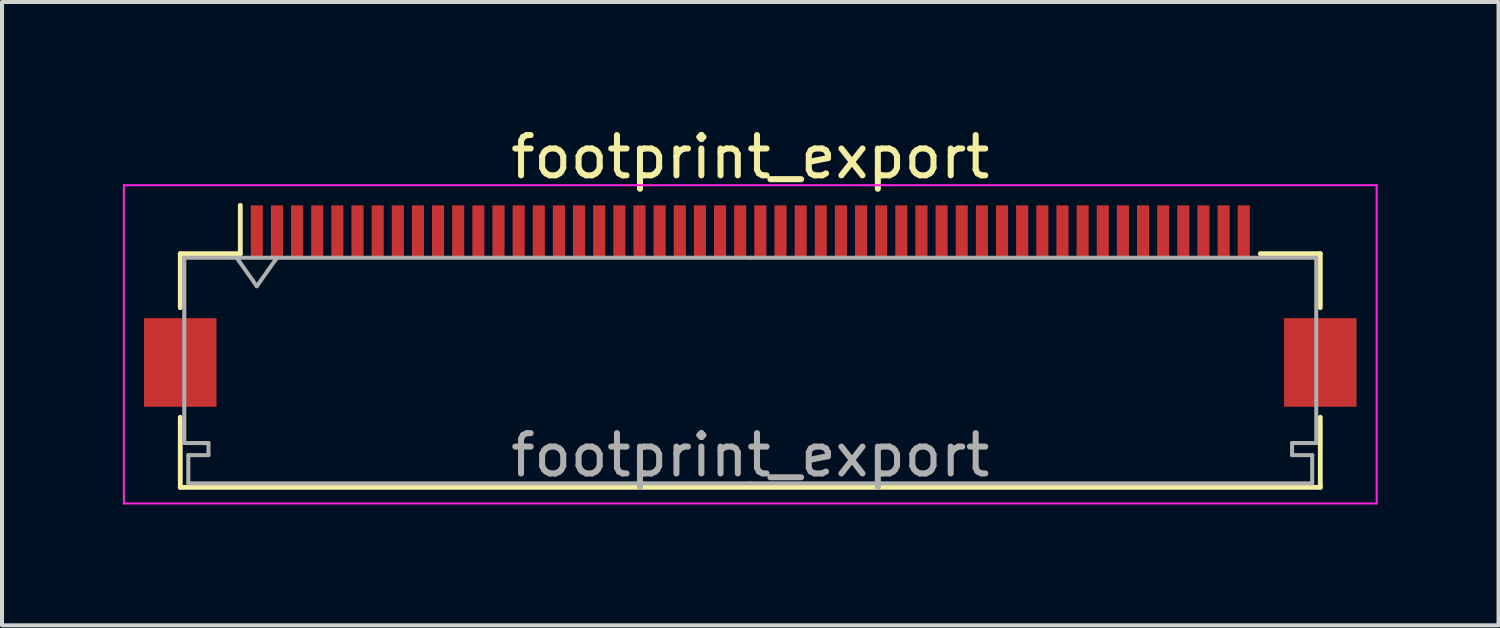
<source format=kicad_pcb>
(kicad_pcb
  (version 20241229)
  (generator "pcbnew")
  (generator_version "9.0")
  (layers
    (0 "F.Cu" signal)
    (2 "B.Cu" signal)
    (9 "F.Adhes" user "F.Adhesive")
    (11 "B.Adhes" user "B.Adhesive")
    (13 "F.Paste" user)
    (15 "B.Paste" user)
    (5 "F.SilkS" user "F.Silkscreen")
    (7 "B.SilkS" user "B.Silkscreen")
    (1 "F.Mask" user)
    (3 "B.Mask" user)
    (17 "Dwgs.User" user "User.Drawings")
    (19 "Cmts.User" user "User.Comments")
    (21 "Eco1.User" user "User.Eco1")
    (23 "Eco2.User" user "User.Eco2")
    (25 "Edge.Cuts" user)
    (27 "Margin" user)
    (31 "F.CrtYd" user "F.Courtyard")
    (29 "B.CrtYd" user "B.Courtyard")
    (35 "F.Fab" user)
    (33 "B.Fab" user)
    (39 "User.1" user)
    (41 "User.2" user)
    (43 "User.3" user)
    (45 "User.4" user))
  (footprint "footprint_export"
    (layer "F.Cu")
    (at 15.575 4.548)
    (property "Reference" "footprint_export" (at 0 -3.7 0) (layer "F.SilkS") (effects (font (size 1 1) (thickness 0.15))))
    (attr smd)
    (fp_line (start -14.15 -1.3) (end -14.15 0.04) (stroke (width 0.12) (type solid)) (layer "F.SilkS"))
    (fp_line (start -14.15 2.76) (end -14.15 4.5) (stroke (width 0.12) (type solid)) (layer "F.SilkS"))
    (fp_line (start -14.15 4.5) (end 14.15 4.5) (stroke (width 0.12) (type solid)) (layer "F.SilkS"))
    (fp_line (start -12.66 -1.3) (end -14.15 -1.3) (stroke (width 0.12) (type solid)) (layer "F.SilkS"))
    (fp_line (start -12.66 -1.3) (end -12.66 -2.5) (stroke (width 0.12) (type solid)) (layer "F.SilkS"))
    (fp_line (start 12.66 -1.3) (end 14.15 -1.3) (stroke (width 0.12) (type solid)) (layer "F.SilkS"))
    (fp_line (start 14.15 -1.3) (end 14.15 0.04) (stroke (width 0.12) (type solid)) (layer "F.SilkS"))
    (fp_line (start 14.15 4.5) (end 14.15 2.76) (stroke (width 0.12) (type solid)) (layer "F.SilkS"))
    (fp_line (start -15.55 -3) (end -15.55 4.9) (stroke (width 0.05) (type solid)) (layer "F.CrtYd"))
    (fp_line (start -15.55 4.9) (end 15.55 4.9) (stroke (width 0.05) (type solid)) (layer "F.CrtYd"))
    (fp_line (start 15.55 -3) (end -15.55 -3) (stroke (width 0.05) (type solid)) (layer "F.CrtYd"))
    (fp_line (start 15.55 4.9) (end 15.55 -3) (stroke (width 0.05) (type solid)) (layer "F.CrtYd"))
    (fp_line (start -14.05 -1.2) (end -14.05 3.4) (stroke (width 0.1) (type solid)) (layer "F.Fab"))
    (fp_line (start -14.05 3.4) (end -13.45 3.4) (stroke (width 0.1) (type solid)) (layer "F.Fab"))
    (fp_line (start -13.95 3.7) (end -13.95 4.4) (stroke (width 0.1) (type solid)) (layer "F.Fab"))
    (fp_line (start -13.95 4.4) (end 0 4.4) (stroke (width 0.1) (type solid)) (layer "F.Fab"))
    (fp_line (start -13.45 3.4) (end -13.45 3.7) (stroke (width 0.1) (type solid)) (layer "F.Fab"))
    (fp_line (start -13.45 3.7) (end -13.95 3.7) (stroke (width 0.1) (type solid)) (layer "F.Fab"))
    (fp_line (start -12.75 -1.2) (end -12.25 -0.493) (stroke (width 0.1) (type solid)) (layer "F.Fab"))
    (fp_line (start -12.25 -0.493) (end -11.75 -1.2) (stroke (width 0.1) (type solid)) (layer "F.Fab"))
    (fp_line (start 0 -1.2) (end -14.05 -1.2) (stroke (width 0.1) (type solid)) (layer "F.Fab"))
    (fp_line (start 0 -1.2) (end 14.05 -1.2) (stroke (width 0.1) (type solid)) (layer "F.Fab"))
    (fp_line (start 13.45 3.4) (end 13.45 3.7) (stroke (width 0.1) (type solid)) (layer "F.Fab"))
    (fp_line (start 13.45 3.7) (end 13.95 3.7) (stroke (width 0.1) (type solid)) (layer "F.Fab"))
    (fp_line (start 13.95 3.7) (end 13.95 4.4) (stroke (width 0.1) (type solid)) (layer "F.Fab"))
    (fp_line (start 13.95 4.4) (end 0 4.4) (stroke (width 0.1) (type solid)) (layer "F.Fab"))
    (fp_line (start 14.05 -1.2) (end 14.05 3.4) (stroke (width 0.1) (type solid)) (layer "F.Fab"))
    (fp_line (start 14.05 3.4) (end 13.45 3.4) (stroke (width 0.1) (type solid)) (layer "F.Fab"))
    (fp_text user "${REFERENCE}" (at 0 3.7 0) (layer "F.Fab") (effects (font (size 1 1) (thickness 0.15))))
    (pad "1" smd rect (at -12.25 -1.85) (size 0.3 1.3) (layers "F.Cu" "F.Mask" "F.Paste"))
    (pad "2" smd rect (at -11.75 -1.85) (size 0.3 1.3) (layers "F.Cu" "F.Mask" "F.Paste"))
    (pad "3" smd rect (at -11.25 -1.85) (size 0.3 1.3) (layers "F.Cu" "F.Mask" "F.Paste"))
    (pad "4" smd rect (at -10.75 -1.85) (size 0.3 1.3) (layers "F.Cu" "F.Mask" "F.Paste"))
    (pad "5" smd rect (at -10.25 -1.85) (size 0.3 1.3) (layers "F.Cu" "F.Mask" "F.Paste"))
    (pad "6" smd rect (at -9.75 -1.85) (size 0.3 1.3) (layers "F.Cu" "F.Mask" "F.Paste"))
    (pad "7" smd rect (at -9.25 -1.85) (size 0.3 1.3) (layers "F.Cu" "F.Mask" "F.Paste"))
    (pad "8" smd rect (at -8.75 -1.85) (size 0.3 1.3) (layers "F.Cu" "F.Mask" "F.Paste"))
    (pad "9" smd rect (at -8.25 -1.85) (size 0.3 1.3) (layers "F.Cu" "F.Mask" "F.Paste"))
    (pad "10" smd rect (at -7.75 -1.85) (size 0.3 1.3) (layers "F.Cu" "F.Mask" "F.Paste"))
    (pad "11" smd rect (at -7.25 -1.85) (size 0.3 1.3) (layers "F.Cu" "F.Mask" "F.Paste"))
    (pad "12" smd rect (at -6.75 -1.85) (size 0.3 1.3) (layers "F.Cu" "F.Mask" "F.Paste"))
    (pad "13" smd rect (at -6.25 -1.85) (size 0.3 1.3) (layers "F.Cu" "F.Mask" "F.Paste"))
    (pad "14" smd rect (at -5.75 -1.85) (size 0.3 1.3) (layers "F.Cu" "F.Mask" "F.Paste"))
    (pad "15" smd rect (at -5.25 -1.85) (size 0.3 1.3) (layers "F.Cu" "F.Mask" "F.Paste"))
    (pad "16" smd rect (at -4.75 -1.85) (size 0.3 1.3) (layers "F.Cu" "F.Mask" "F.Paste"))
    (pad "17" smd rect (at -4.25 -1.85) (size 0.3 1.3) (layers "F.Cu" "F.Mask" "F.Paste"))
    (pad "18" smd rect (at -3.75 -1.85) (size 0.3 1.3) (layers "F.Cu" "F.Mask" "F.Paste"))
    (pad "19" smd rect (at -3.25 -1.85) (size 0.3 1.3) (layers "F.Cu" "F.Mask" "F.Paste"))
    (pad "20" smd rect (at -2.75 -1.85) (size 0.3 1.3) (layers "F.Cu" "F.Mask" "F.Paste"))
    (pad "21" smd rect (at -2.25 -1.85) (size 0.3 1.3) (layers "F.Cu" "F.Mask" "F.Paste"))
    (pad "22" smd rect (at -1.75 -1.85) (size 0.3 1.3) (layers "F.Cu" "F.Mask" "F.Paste"))
    (pad "23" smd rect (at -1.25 -1.85) (size 0.3 1.3) (layers "F.Cu" "F.Mask" "F.Paste"))
    (pad "24" smd rect (at -0.75 -1.85) (size 0.3 1.3) (layers "F.Cu" "F.Mask" "F.Paste"))
    (pad "25" smd rect (at -0.25 -1.85) (size 0.3 1.3) (layers "F.Cu" "F.Mask" "F.Paste"))
    (pad "26" smd rect (at 0.25 -1.85) (size 0.3 1.3) (layers "F.Cu" "F.Mask" "F.Paste"))
    (pad "27" smd rect (at 0.75 -1.85) (size 0.3 1.3) (layers "F.Cu" "F.Mask" "F.Paste"))
    (pad "28" smd rect (at 1.25 -1.85) (size 0.3 1.3) (layers "F.Cu" "F.Mask" "F.Paste"))
    (pad "29" smd rect (at 1.75 -1.85) (size 0.3 1.3) (layers "F.Cu" "F.Mask" "F.Paste"))
    (pad "30" smd rect (at 2.25 -1.85) (size 0.3 1.3) (layers "F.Cu" "F.Mask" "F.Paste"))
    (pad "31" smd rect (at 2.75 -1.85) (size 0.3 1.3) (layers "F.Cu" "F.Mask" "F.Paste"))
    (pad "32" smd rect (at 3.25 -1.85) (size 0.3 1.3) (layers "F.Cu" "F.Mask" "F.Paste"))
    (pad "33" smd rect (at 3.75 -1.85) (size 0.3 1.3) (layers "F.Cu" "F.Mask" "F.Paste"))
    (pad "34" smd rect (at 4.25 -1.85) (size 0.3 1.3) (layers "F.Cu" "F.Mask" "F.Paste"))
    (pad "35" smd rect (at 4.75 -1.85) (size 0.3 1.3) (layers "F.Cu" "F.Mask" "F.Paste"))
    (pad "36" smd rect (at 5.25 -1.85) (size 0.3 1.3) (layers "F.Cu" "F.Mask" "F.Paste"))
    (pad "37" smd rect (at 5.75 -1.85) (size 0.3 1.3) (layers "F.Cu" "F.Mask" "F.Paste"))
    (pad "38" smd rect (at 6.25 -1.85) (size 0.3 1.3) (layers "F.Cu" "F.Mask" "F.Paste"))
    (pad "39" smd rect (at 6.75 -1.85) (size 0.3 1.3) (layers "F.Cu" "F.Mask" "F.Paste"))
    (pad "40" smd rect (at 7.25 -1.85) (size 0.3 1.3) (layers "F.Cu" "F.Mask" "F.Paste"))
    (pad "41" smd rect (at 7.75 -1.85) (size 0.3 1.3) (layers "F.Cu" "F.Mask" "F.Paste"))
    (pad "42" smd rect (at 8.25 -1.85) (size 0.3 1.3) (layers "F.Cu" "F.Mask" "F.Paste"))
    (pad "43" smd rect (at 8.75 -1.85) (size 0.3 1.3) (layers "F.Cu" "F.Mask" "F.Paste"))
    (pad "44" smd rect (at 9.25 -1.85) (size 0.3 1.3) (layers "F.Cu" "F.Mask" "F.Paste"))
    (pad "45" smd rect (at 9.75 -1.85) (size 0.3 1.3) (layers "F.Cu" "F.Mask" "F.Paste"))
    (pad "46" smd rect (at 10.25 -1.85) (size 0.3 1.3) (layers "F.Cu" "F.Mask" "F.Paste"))
    (pad "47" smd rect (at 10.75 -1.85) (size 0.3 1.3) (layers "F.Cu" "F.Mask" "F.Paste"))
    (pad "48" smd rect (at 11.25 -1.85) (size 0.3 1.3) (layers "F.Cu" "F.Mask" "F.Paste"))
    (pad "49" smd rect (at 11.75 -1.85) (size 0.3 1.3) (layers "F.Cu" "F.Mask" "F.Paste"))
    (pad "50" smd rect (at 12.25 -1.85) (size 0.3 1.3) (layers "F.Cu" "F.Mask" "F.Paste"))
    (pad "MP" smd rect (at -14.15 1.4) (size 1.8 2.2) (layers "F.Cu" "F.Mask" "F.Paste"))
    (pad "MP" smd rect (at 14.15 1.4) (size 1.8 2.2) (layers "F.Cu" "F.Mask" "F.Paste")))
  (gr_rect
    (start -3 -3)
    (end 34.15 12.473)
    (stroke (width 0.1) (type default))
    (fill no)
    (layer "Edge.Cuts")))
</source>
